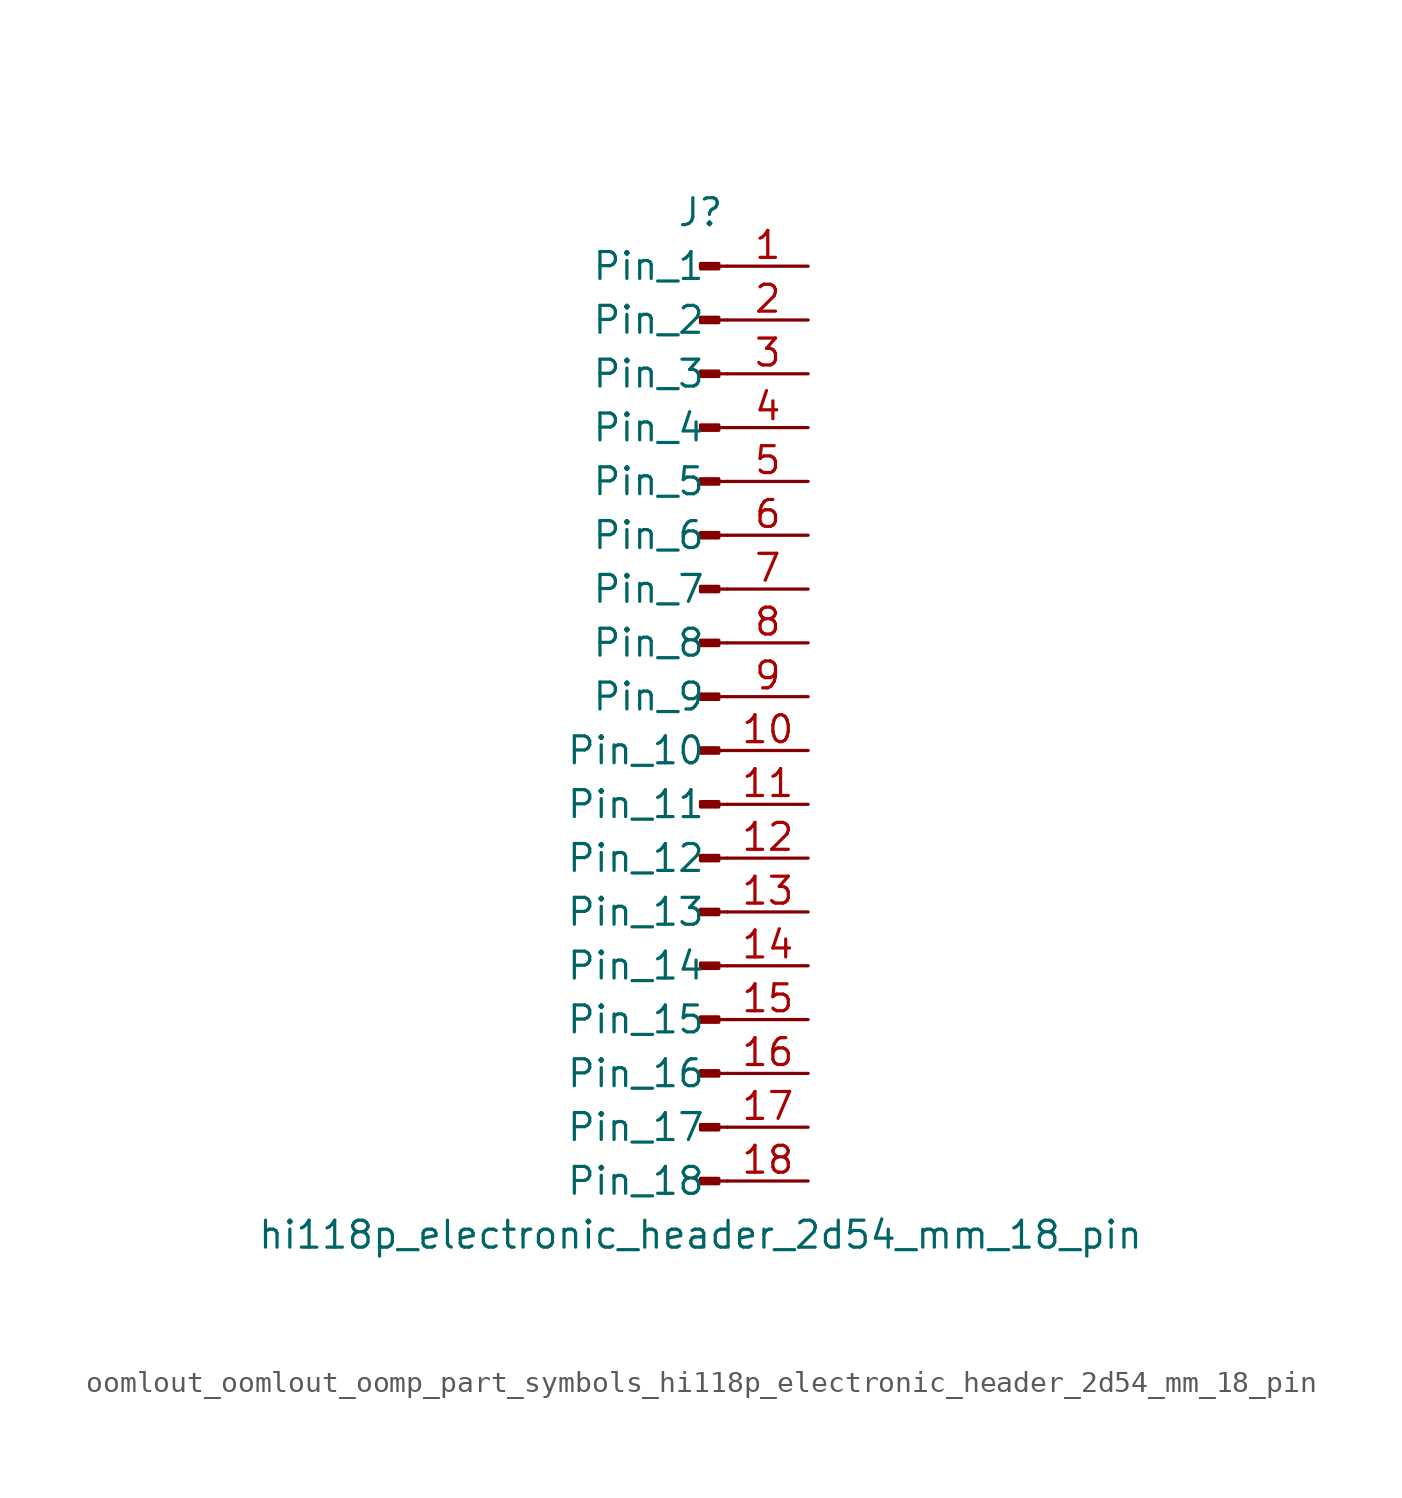
<source format=kicad_sym>
(kicad_symbol_lib
  (version 20220914)
  (generator kicad_symbol_editor)
  (symbol "oomlout_oomlout_oomp_part_symbols_hi118p_electronic_header_2d54_mm_18_pin"
    (pin_names
      (offset 1.016))
    (property "Reference" "J"
      (at 0 22.86 0)
      (effects (font (size 1.27 1.27))))
    (property "Value" "hi118p_electronic_header_2d54_mm_18_pin"
      (at 0 -25.4 0)
      (effects (font (size 1.27 1.27))))
    (property "ki_locked" ""
      (at 0 0 0)
      (effects (font (size 1.27 1.27))))
    (symbol "oomlout_oomlout_oomp_part_symbols_hi118p_electronic_header_2d54_mm_18_pin_1_1"
      (polyline (pts (xy 1.27 -22.86) (xy 0.864 -22.86)) (stroke (width 0.152) (type default)) (fill (type none)))
      (polyline (pts (xy 1.27 -20.32) (xy 0.864 -20.32)) (stroke (width 0.152) (type default)) (fill (type none)))
      (polyline (pts (xy 1.27 -17.78) (xy 0.864 -17.78)) (stroke (width 0.152) (type default)) (fill (type none)))
      (polyline (pts (xy 1.27 -15.24) (xy 0.864 -15.24)) (stroke (width 0.152) (type default)) (fill (type none)))
      (polyline (pts (xy 1.27 -12.7) (xy 0.864 -12.7)) (stroke (width 0.152) (type default)) (fill (type none)))
      (polyline (pts (xy 1.27 -10.16) (xy 0.864 -10.16)) (stroke (width 0.152) (type default)) (fill (type none)))
      (polyline (pts (xy 1.27 -7.62) (xy 0.864 -7.62)) (stroke (width 0.152) (type default)) (fill (type none)))
      (polyline (pts (xy 1.27 -5.08) (xy 0.864 -5.08)) (stroke (width 0.152) (type default)) (fill (type none)))
      (polyline (pts (xy 1.27 -2.54) (xy 0.864 -2.54)) (stroke (width 0.152) (type default)) (fill (type none)))
      (polyline (pts (xy 1.27 0) (xy 0.864 0)) (stroke (width 0.152) (type default)) (fill (type none)))
      (polyline (pts (xy 1.27 2.54) (xy 0.864 2.54)) (stroke (width 0.152) (type default)) (fill (type none)))
      (polyline (pts (xy 1.27 5.08) (xy 0.864 5.08)) (stroke (width 0.152) (type default)) (fill (type none)))
      (polyline (pts (xy 1.27 7.62) (xy 0.864 7.62)) (stroke (width 0.152) (type default)) (fill (type none)))
      (polyline (pts (xy 1.27 10.16) (xy 0.864 10.16)) (stroke (width 0.152) (type default)) (fill (type none)))
      (polyline (pts (xy 1.27 12.7) (xy 0.864 12.7)) (stroke (width 0.152) (type default)) (fill (type none)))
      (polyline (pts (xy 1.27 15.24) (xy 0.864 15.24)) (stroke (width 0.152) (type default)) (fill (type none)))
      (polyline (pts (xy 1.27 17.78) (xy 0.864 17.78)) (stroke (width 0.152) (type default)) (fill (type none)))
      (polyline (pts (xy 1.27 20.32) (xy 0.864 20.32)) (stroke (width 0.152) (type default)) (fill (type none)))
      (rectangle (start 0.864 -22.733) (end 0 -22.987) (stroke (width 0.152) (type default)) (fill (type outline)))
      (rectangle (start 0.864 -20.193) (end 0 -20.447) (stroke (width 0.152) (type default)) (fill (type outline)))
      (rectangle (start 0.864 -17.653) (end 0 -17.907) (stroke (width 0.152) (type default)) (fill (type outline)))
      (rectangle (start 0.864 -15.113) (end 0 -15.367) (stroke (width 0.152) (type default)) (fill (type outline)))
      (rectangle (start 0.864 -12.573) (end 0 -12.827) (stroke (width 0.152) (type default)) (fill (type outline)))
      (rectangle (start 0.864 -10.033) (end 0 -10.287) (stroke (width 0.152) (type default)) (fill (type outline)))
      (rectangle (start 0.864 -7.493) (end 0 -7.747) (stroke (width 0.152) (type default)) (fill (type outline)))
      (rectangle (start 0.864 -4.953) (end 0 -5.207) (stroke (width 0.152) (type default)) (fill (type outline)))
      (rectangle (start 0.864 -2.413) (end 0 -2.667) (stroke (width 0.152) (type default)) (fill (type outline)))
      (rectangle (start 0.864 0.127) (end 0 -0.127) (stroke (width 0.152) (type default)) (fill (type outline)))
      (rectangle (start 0.864 2.667) (end 0 2.413) (stroke (width 0.152) (type default)) (fill (type outline)))
      (rectangle (start 0.864 5.207) (end 0 4.953) (stroke (width 0.152) (type default)) (fill (type outline)))
      (rectangle (start 0.864 7.747) (end 0 7.493) (stroke (width 0.152) (type default)) (fill (type outline)))
      (rectangle (start 0.864 10.287) (end 0 10.033) (stroke (width 0.152) (type default)) (fill (type outline)))
      (rectangle (start 0.864 12.827) (end 0 12.573) (stroke (width 0.152) (type default)) (fill (type outline)))
      (rectangle (start 0.864 15.367) (end 0 15.113) (stroke (width 0.152) (type default)) (fill (type outline)))
      (rectangle (start 0.864 17.907) (end 0 17.653) (stroke (width 0.152) (type default)) (fill (type outline)))
      (rectangle (start 0.864 20.447) (end 0 20.193) (stroke (width 0.152) (type default)) (fill (type outline)))
      (pin passive line (at 5.08 20.32 180) (length 3.81) (name "Pin_1" (effects (font (size 1.27 1.27)))) (number "1" (effects (font (size 1.27 1.27)))))
      (pin passive line (at 5.08 -2.54 180) (length 3.81) (name "Pin_10" (effects (font (size 1.27 1.27)))) (number "10" (effects (font (size 1.27 1.27)))))
      (pin passive line (at 5.08 -5.08 180) (length 3.81) (name "Pin_11" (effects (font (size 1.27 1.27)))) (number "11" (effects (font (size 1.27 1.27)))))
      (pin passive line (at 5.08 -7.62 180) (length 3.81) (name "Pin_12" (effects (font (size 1.27 1.27)))) (number "12" (effects (font (size 1.27 1.27)))))
      (pin passive line (at 5.08 -10.16 180) (length 3.81) (name "Pin_13" (effects (font (size 1.27 1.27)))) (number "13" (effects (font (size 1.27 1.27)))))
      (pin passive line (at 5.08 -12.7 180) (length 3.81) (name "Pin_14" (effects (font (size 1.27 1.27)))) (number "14" (effects (font (size 1.27 1.27)))))
      (pin passive line (at 5.08 -15.24 180) (length 3.81) (name "Pin_15" (effects (font (size 1.27 1.27)))) (number "15" (effects (font (size 1.27 1.27)))))
      (pin passive line (at 5.08 -17.78 180) (length 3.81) (name "Pin_16" (effects (font (size 1.27 1.27)))) (number "16" (effects (font (size 1.27 1.27)))))
      (pin passive line (at 5.08 -20.32 180) (length 3.81) (name "Pin_17" (effects (font (size 1.27 1.27)))) (number "17" (effects (font (size 1.27 1.27)))))
      (pin passive line (at 5.08 -22.86 180) (length 3.81) (name "Pin_18" (effects (font (size 1.27 1.27)))) (number "18" (effects (font (size 1.27 1.27)))))
      (pin passive line (at 5.08 17.78 180) (length 3.81) (name "Pin_2" (effects (font (size 1.27 1.27)))) (number "2" (effects (font (size 1.27 1.27)))))
      (pin passive line (at 5.08 15.24 180) (length 3.81) (name "Pin_3" (effects (font (size 1.27 1.27)))) (number "3" (effects (font (size 1.27 1.27)))))
      (pin passive line (at 5.08 12.7 180) (length 3.81) (name "Pin_4" (effects (font (size 1.27 1.27)))) (number "4" (effects (font (size 1.27 1.27)))))
      (pin passive line (at 5.08 10.16 180) (length 3.81) (name "Pin_5" (effects (font (size 1.27 1.27)))) (number "5" (effects (font (size 1.27 1.27)))))
      (pin passive line (at 5.08 7.62 180) (length 3.81) (name "Pin_6" (effects (font (size 1.27 1.27)))) (number "6" (effects (font (size 1.27 1.27)))))
      (pin passive line (at 5.08 5.08 180) (length 3.81) (name "Pin_7" (effects (font (size 1.27 1.27)))) (number "7" (effects (font (size 1.27 1.27)))))
      (pin passive line (at 5.08 2.54 180) (length 3.81) (name "Pin_8" (effects (font (size 1.27 1.27)))) (number "8" (effects (font (size 1.27 1.27)))))
      (pin passive line (at 5.08 0 180) (length 3.81) (name "Pin_9" (effects (font (size 1.27 1.27)))) (number "9" (effects (font (size 1.27 1.27))))))))
</source>
